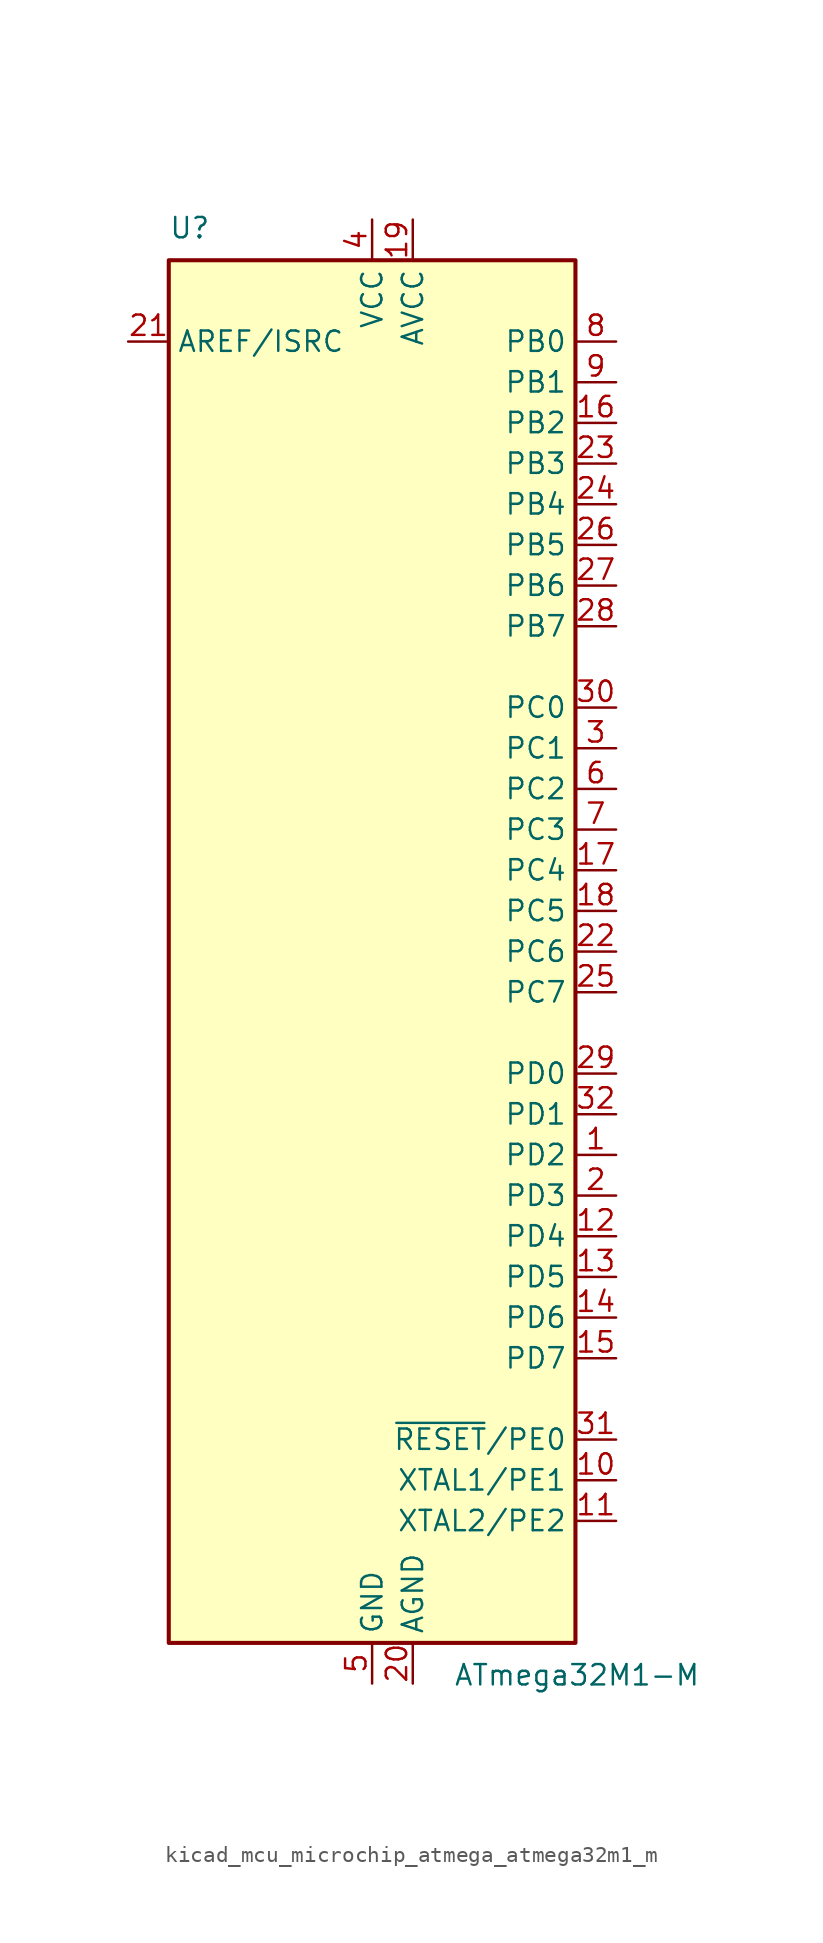
<source format=kicad_sym>
(kicad_symbol_lib
  (version 20220914)
  (generator kicad_symbol_editor)
  (symbol "kicad_mcu_microchip_atmega_atmega32m1_m"
    (property "Reference" "U"
      (at -12.7 44.45 0)
      (effects (font (size 1.27 1.27)) (justify left bottom)))
    (property "Value" "ATmega32M1-M"
      (at 5.08 -44.45 0)
      (effects (font (size 1.27 1.27)) (justify left top)))
    (symbol "kicad_mcu_microchip_atmega_atmega32m1_m_0_1"
      (rectangle (start -12.7 -43.18) (end 12.7 43.18) (stroke (width 0.254) (type default)) (fill (type background))))
    (symbol "kicad_mcu_microchip_atmega_atmega32m1_m_1_1"
      (pin bidirectional line (at 15.24 -12.7 180) (length 2.54) (name "PD2" (effects (font (size 1.27 1.27)))) (number "1" (effects (font (size 1.27 1.27)))))
      (pin bidirectional line (at 15.24 -33.02 180) (length 2.54) (name "XTAL1/PE1" (effects (font (size 1.27 1.27)))) (number "10" (effects (font (size 1.27 1.27)))))
      (pin bidirectional line (at 15.24 -35.56 180) (length 2.54) (name "XTAL2/PE2" (effects (font (size 1.27 1.27)))) (number "11" (effects (font (size 1.27 1.27)))))
      (pin bidirectional line (at 15.24 -17.78 180) (length 2.54) (name "PD4" (effects (font (size 1.27 1.27)))) (number "12" (effects (font (size 1.27 1.27)))))
      (pin bidirectional line (at 15.24 -20.32 180) (length 2.54) (name "PD5" (effects (font (size 1.27 1.27)))) (number "13" (effects (font (size 1.27 1.27)))))
      (pin bidirectional line (at 15.24 -22.86 180) (length 2.54) (name "PD6" (effects (font (size 1.27 1.27)))) (number "14" (effects (font (size 1.27 1.27)))))
      (pin bidirectional line (at 15.24 -25.4 180) (length 2.54) (name "PD7" (effects (font (size 1.27 1.27)))) (number "15" (effects (font (size 1.27 1.27)))))
      (pin bidirectional line (at 15.24 33.02 180) (length 2.54) (name "PB2" (effects (font (size 1.27 1.27)))) (number "16" (effects (font (size 1.27 1.27)))))
      (pin bidirectional line (at 15.24 5.08 180) (length 2.54) (name "PC4" (effects (font (size 1.27 1.27)))) (number "17" (effects (font (size 1.27 1.27)))))
      (pin bidirectional line (at 15.24 2.54 180) (length 2.54) (name "PC5" (effects (font (size 1.27 1.27)))) (number "18" (effects (font (size 1.27 1.27)))))
      (pin power_in line (at 2.54 45.72 270) (length 2.54) (name "AVCC" (effects (font (size 1.27 1.27)))) (number "19" (effects (font (size 1.27 1.27)))))
      (pin bidirectional line (at 15.24 -15.24 180) (length 2.54) (name "PD3" (effects (font (size 1.27 1.27)))) (number "2" (effects (font (size 1.27 1.27)))))
      (pin power_in line (at 2.54 -45.72 90) (length 2.54) (name "AGND" (effects (font (size 1.27 1.27)))) (number "20" (effects (font (size 1.27 1.27)))))
      (pin passive line (at -15.24 38.1 0) (length 2.54) (name "AREF/ISRC" (effects (font (size 1.27 1.27)))) (number "21" (effects (font (size 1.27 1.27)))))
      (pin bidirectional line (at 15.24 0 180) (length 2.54) (name "PC6" (effects (font (size 1.27 1.27)))) (number "22" (effects (font (size 1.27 1.27)))))
      (pin bidirectional line (at 15.24 30.48 180) (length 2.54) (name "PB3" (effects (font (size 1.27 1.27)))) (number "23" (effects (font (size 1.27 1.27)))))
      (pin bidirectional line (at 15.24 27.94 180) (length 2.54) (name "PB4" (effects (font (size 1.27 1.27)))) (number "24" (effects (font (size 1.27 1.27)))))
      (pin bidirectional line (at 15.24 -2.54 180) (length 2.54) (name "PC7" (effects (font (size 1.27 1.27)))) (number "25" (effects (font (size 1.27 1.27)))))
      (pin bidirectional line (at 15.24 25.4 180) (length 2.54) (name "PB5" (effects (font (size 1.27 1.27)))) (number "26" (effects (font (size 1.27 1.27)))))
      (pin bidirectional line (at 15.24 22.86 180) (length 2.54) (name "PB6" (effects (font (size 1.27 1.27)))) (number "27" (effects (font (size 1.27 1.27)))))
      (pin bidirectional line (at 15.24 20.32 180) (length 2.54) (name "PB7" (effects (font (size 1.27 1.27)))) (number "28" (effects (font (size 1.27 1.27)))))
      (pin bidirectional line (at 15.24 -7.62 180) (length 2.54) (name "PD0" (effects (font (size 1.27 1.27)))) (number "29" (effects (font (size 1.27 1.27)))))
      (pin bidirectional line (at 15.24 12.7 180) (length 2.54) (name "PC1" (effects (font (size 1.27 1.27)))) (number "3" (effects (font (size 1.27 1.27)))))
      (pin bidirectional line (at 15.24 15.24 180) (length 2.54) (name "PC0" (effects (font (size 1.27 1.27)))) (number "30" (effects (font (size 1.27 1.27)))))
      (pin bidirectional line (at 15.24 -30.48 180) (length 2.54) (name "~{RESET}/PE0" (effects (font (size 1.27 1.27)))) (number "31" (effects (font (size 1.27 1.27)))))
      (pin bidirectional line (at 15.24 -10.16 180) (length 2.54) (name "PD1" (effects (font (size 1.27 1.27)))) (number "32" (effects (font (size 1.27 1.27)))))
      (pin passive line (at 0 -45.72 90) (length 2.54) hide (name "GND" (effects (font (size 1.27 1.27)))) (number "33" (effects (font (size 1.27 1.27)))))
      (pin power_in line (at 0 45.72 270) (length 2.54) (name "VCC" (effects (font (size 1.27 1.27)))) (number "4" (effects (font (size 1.27 1.27)))))
      (pin power_in line (at 0 -45.72 90) (length 2.54) (name "GND" (effects (font (size 1.27 1.27)))) (number "5" (effects (font (size 1.27 1.27)))))
      (pin bidirectional line (at 15.24 10.16 180) (length 2.54) (name "PC2" (effects (font (size 1.27 1.27)))) (number "6" (effects (font (size 1.27 1.27)))))
      (pin bidirectional line (at 15.24 7.62 180) (length 2.54) (name "PC3" (effects (font (size 1.27 1.27)))) (number "7" (effects (font (size 1.27 1.27)))))
      (pin bidirectional line (at 15.24 38.1 180) (length 2.54) (name "PB0" (effects (font (size 1.27 1.27)))) (number "8" (effects (font (size 1.27 1.27)))))
      (pin bidirectional line (at 15.24 35.56 180) (length 2.54) (name "PB1" (effects (font (size 1.27 1.27)))) (number "9" (effects (font (size 1.27 1.27))))))))
</source>
